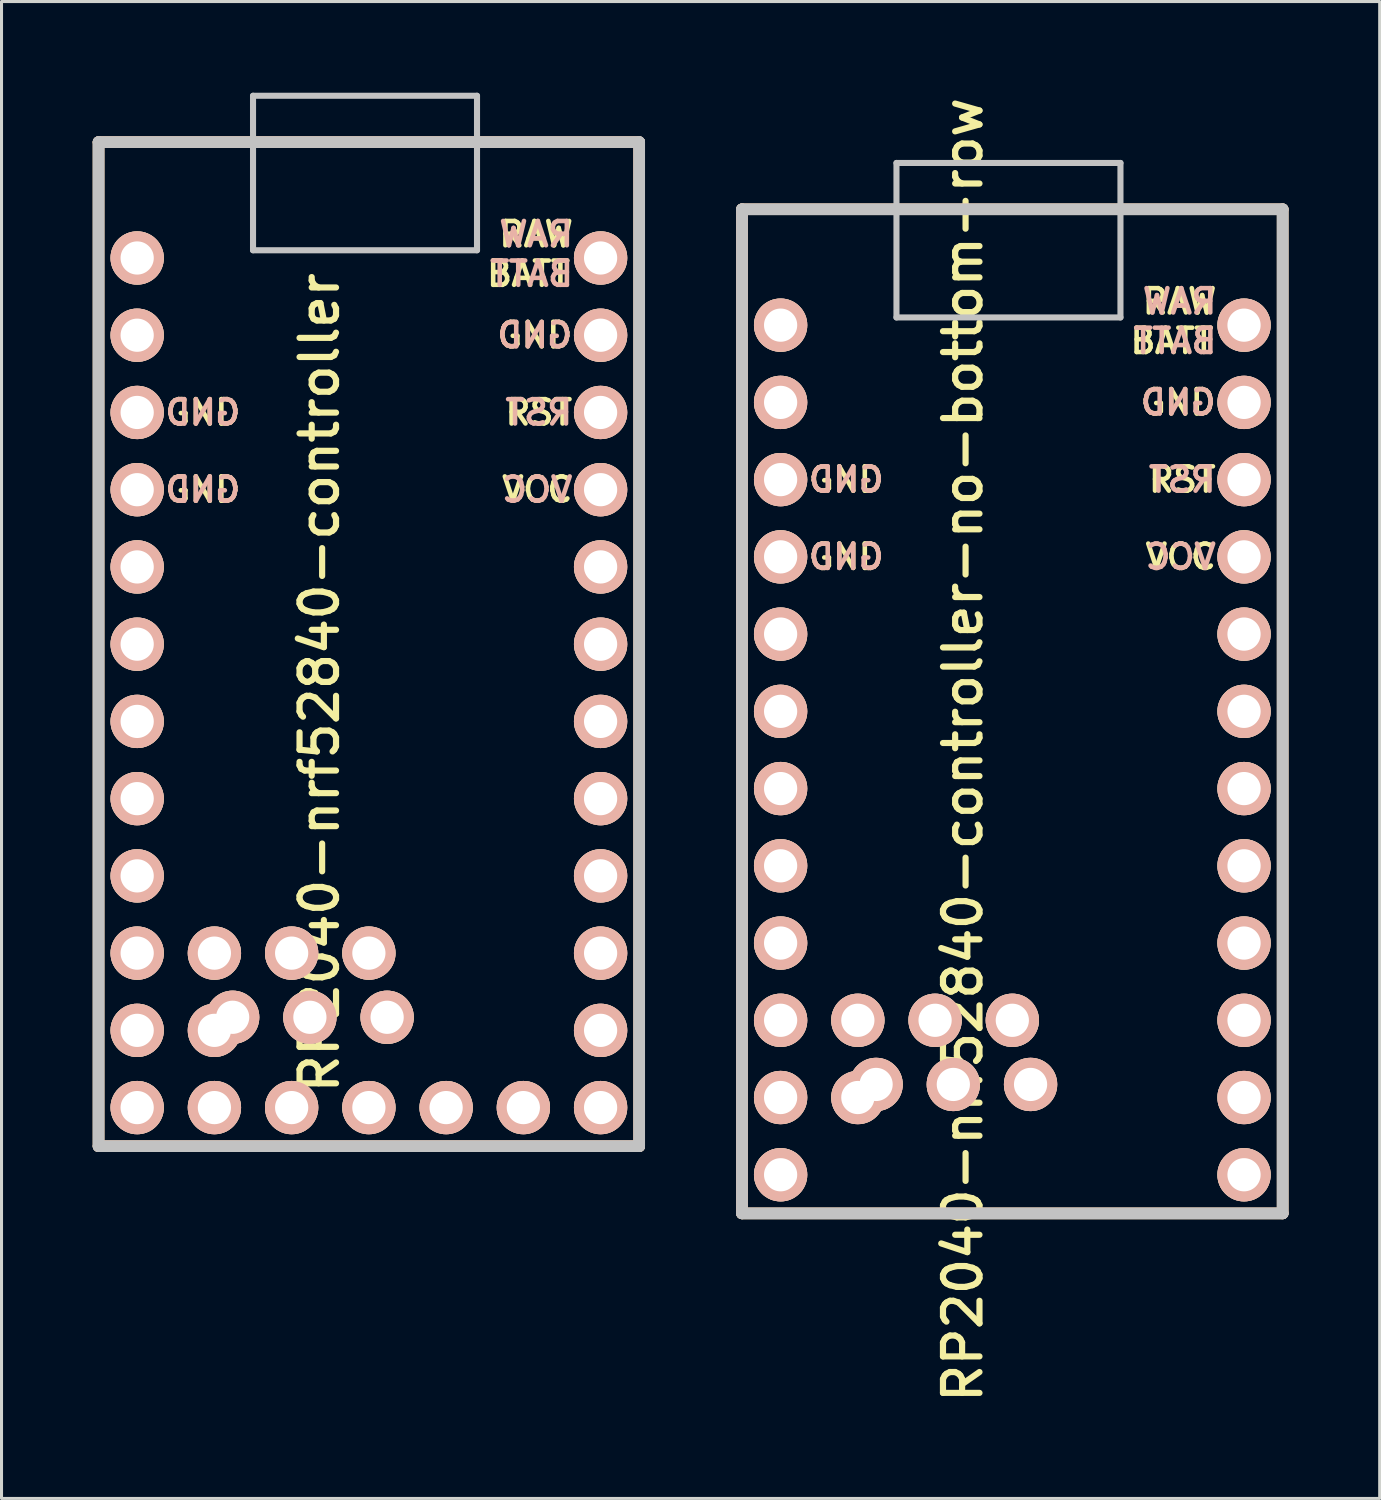
<source format=kicad_pcb>
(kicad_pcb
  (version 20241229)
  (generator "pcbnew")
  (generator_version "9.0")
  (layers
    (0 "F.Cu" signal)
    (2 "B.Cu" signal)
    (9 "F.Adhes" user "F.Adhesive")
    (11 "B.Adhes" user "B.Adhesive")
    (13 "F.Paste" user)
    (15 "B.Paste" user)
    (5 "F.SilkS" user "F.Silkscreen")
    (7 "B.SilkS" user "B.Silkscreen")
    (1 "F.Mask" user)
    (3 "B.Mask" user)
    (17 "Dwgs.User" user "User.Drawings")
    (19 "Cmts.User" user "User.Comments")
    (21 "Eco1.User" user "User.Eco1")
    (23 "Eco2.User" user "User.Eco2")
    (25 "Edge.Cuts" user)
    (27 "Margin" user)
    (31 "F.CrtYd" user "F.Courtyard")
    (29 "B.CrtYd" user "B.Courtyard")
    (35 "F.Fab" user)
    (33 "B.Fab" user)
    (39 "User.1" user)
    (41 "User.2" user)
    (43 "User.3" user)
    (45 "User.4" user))
  (footprint "RP2040-nrf52840-controller-no-bottom-row"
    (layer "F.Cu")
    (at 30.241 21.613)
    (property "Reference" "RP2040-nrf52840-controller-no-bottom-row" (at -1.625 0 270) (layer "F.SilkS") (effects (font (size 1.2 1.2) (thickness 0.203))))
    (attr through_hole)
    (fp_line (start -8.89 -17.78) (end -8.89 15.24) (stroke (width 0.381) (type solid)) (layer "F.SilkS"))
    (fp_line (start -8.89 15.24) (end 8.89 15.24) (stroke (width 0.381) (type solid)) (layer "F.SilkS"))
    (fp_line (start 8.89 -17.78) (end -8.89 -17.78) (stroke (width 0.381) (type solid)) (layer "F.SilkS"))
    (fp_line (start 8.89 15.24) (end 8.89 -17.78) (stroke (width 0.381) (type solid)) (layer "F.SilkS"))
    (fp_line (start -8.89 -17.78) (end -8.89 15.24) (stroke (width 0.381) (type solid)) (layer "B.SilkS"))
    (fp_line (start -8.89 15.24) (end 8.89 15.24) (stroke (width 0.381) (type solid)) (layer "B.SilkS"))
    (fp_line (start 8.89 -17.78) (end -8.89 -17.78) (stroke (width 0.381) (type solid)) (layer "B.SilkS"))
    (fp_line (start 8.89 15.24) (end 8.89 -17.78) (stroke (width 0.381) (type solid)) (layer "B.SilkS"))
    (fp_line (start -8.89 -17.78) (end -8.89 15.24) (stroke (width 0.381) (type solid)) (layer "Dwgs.User"))
    (fp_line (start -8.89 15.24) (end 8.89 15.24) (stroke (width 0.381) (type solid)) (layer "Dwgs.User"))
    (fp_line (start -3.81 -19.304) (end 3.556 -19.304) (stroke (width 0.2) (type solid)) (layer "Dwgs.User"))
    (fp_line (start -3.81 -14.224) (end -3.81 -19.304) (stroke (width 0.2) (type solid)) (layer "Dwgs.User"))
    (fp_line (start 3.556 -19.304) (end 3.556 -14.224) (stroke (width 0.2) (type solid)) (layer "Dwgs.User"))
    (fp_line (start 3.556 -14.224) (end -3.81 -14.224) (stroke (width 0.2) (type solid)) (layer "Dwgs.User"))
    (fp_line (start 8.89 -17.78) (end -8.89 -17.78) (stroke (width 0.381) (type solid)) (layer "Dwgs.User"))
    (fp_line (start 8.89 15.24) (end 8.89 -17.78) (stroke (width 0.381) (type solid)) (layer "Dwgs.User"))
    (fp_text user "RAW" (at 5.5 -14.75 0) (layer "F.SilkS") (effects (font (size 0.8 0.8) (thickness 0.15))))
    (fp_text user "RST" (at 5.588 -8.89 0) (layer "F.SilkS") (effects (font (size 0.8 0.8) (thickness 0.15))))
    (fp_text user "VCC" (at 5.537 -6.35 0) (layer "F.SilkS") (effects (font (size 0.8 0.8) (thickness 0.15))))
    (fp_text user "GND" (at 5.455 -11.43 0) (layer "F.SilkS") (effects (font (size 0.8 0.8) (thickness 0.15))))
    (fp_text user "GND" (at -5.461 -6.35 0) (layer "F.SilkS") (effects (font (size 0.8 0.8) (thickness 0.15))))
    (fp_text user "BATT" (at 5.25 -13.45 0) (layer "F.SilkS") (effects (font (size 0.8 0.8) (thickness 0.15))))
    (fp_text user "GND" (at -5.461 -8.89 0) (layer "F.SilkS") (effects (font (size 0.8 0.8) (thickness 0.15))))
    (fp_text user "VCC" (at 5.537 -6.35 0) (layer "B.SilkS") (effects (font (size 0.8 0.8) (thickness 0.15)) (justify mirror)))
    (fp_text user "GND" (at 5.455 -11.43 0) (layer "B.SilkS") (effects (font (size 0.8 0.8) (thickness 0.15)) (justify mirror)))
    (fp_text user "RST" (at 5.588 -8.89 0) (layer "B.SilkS") (effects (font (size 0.8 0.8) (thickness 0.15)) (justify mirror)))
    (fp_text user "RAW" (at 5.5 -14.75 0) (layer "B.SilkS") (effects (font (size 0.8 0.8) (thickness 0.15)) (justify mirror)))
    (fp_text user "GND" (at -5.461 -8.89 0) (layer "B.SilkS") (effects (font (size 0.8 0.8) (thickness 0.15)) (justify mirror)))
    (fp_text user "GND" (at -5.461 -6.35 0) (layer "B.SilkS") (effects (font (size 0.8 0.8) (thickness 0.15)) (justify mirror)))
    (fp_text user "BATT" (at 5.35 -13.45 0) (layer "B.SilkS") (effects (font (size 0.8 0.8) (thickness 0.15)) (justify mirror)))
    (pad "1" thru_hole circle (at -7.62 -13.97 270) (size 1.753 1.753) (drill 1.092) (layers "*.Cu" "*.SilkS" "*.Mask"))
    (pad "2" thru_hole circle (at -7.62 -11.43 270) (size 1.753 1.753) (drill 1.092) (layers "*.Cu" "*.SilkS" "*.Mask"))
    (pad "3" thru_hole circle (at -7.62 -8.89 270) (size 1.753 1.753) (drill 1.092) (layers "*.Cu" "*.SilkS" "*.Mask"))
    (pad "4" thru_hole circle (at -7.62 -6.35 270) (size 1.753 1.753) (drill 1.092) (layers "*.Cu" "*.SilkS" "*.Mask"))
    (pad "5" thru_hole circle (at -7.62 -3.81 270) (size 1.753 1.753) (drill 1.092) (layers "*.Cu" "*.SilkS" "*.Mask"))
    (pad "6" thru_hole circle (at -7.62 -1.27 270) (size 1.753 1.753) (drill 1.092) (layers "*.Cu" "*.SilkS" "*.Mask"))
    (pad "7" thru_hole circle (at -7.62 1.27 270) (size 1.753 1.753) (drill 1.092) (layers "*.Cu" "*.SilkS" "*.Mask"))
    (pad "8" thru_hole circle (at -7.62 3.81 270) (size 1.753 1.753) (drill 1.092) (layers "*.Cu" "*.SilkS" "*.Mask"))
    (pad "9" thru_hole circle (at -7.62 6.35 270) (size 1.753 1.753) (drill 1.092) (layers "*.Cu" "*.SilkS" "*.Mask"))
    (pad "10" thru_hole circle (at -7.62 8.89 270) (size 1.753 1.753) (drill 1.092) (layers "*.Cu" "*.SilkS" "*.Mask"))
    (pad "11" thru_hole circle (at -7.62 11.43 270) (size 1.753 1.753) (drill 1.092) (layers "*.Cu" "*.SilkS" "*.Mask"))
    (pad "12" thru_hole circle (at -7.62 13.97 270) (size 1.753 1.753) (drill 1.092) (layers "*.Cu" "*.SilkS" "*.Mask"))
    (pad "13" thru_hole circle (at 7.62 13.97 270) (size 1.753 1.753) (drill 1.092) (layers "*.Cu" "*.SilkS" "*.Mask"))
    (pad "14" thru_hole circle (at 7.62 11.43 270) (size 1.753 1.753) (drill 1.092) (layers "*.Cu" "*.SilkS" "*.Mask"))
    (pad "15" thru_hole circle (at 7.62 8.89 270) (size 1.753 1.753) (drill 1.092) (layers "*.Cu" "*.SilkS" "*.Mask"))
    (pad "16" thru_hole circle (at 7.62 6.35 270) (size 1.753 1.753) (drill 1.092) (layers "*.Cu" "*.SilkS" "*.Mask"))
    (pad "17" thru_hole circle (at 7.62 3.81 270) (size 1.753 1.753) (drill 1.092) (layers "*.Cu" "*.SilkS" "*.Mask"))
    (pad "18" thru_hole circle (at 7.62 1.27 270) (size 1.753 1.753) (drill 1.092) (layers "*.Cu" "*.SilkS" "*.Mask"))
    (pad "19" thru_hole circle (at 7.62 -1.27 270) (size 1.753 1.753) (drill 1.092) (layers "*.Cu" "*.SilkS" "*.Mask"))
    (pad "20" thru_hole circle (at 7.62 -3.81 270) (size 1.753 1.753) (drill 1.092) (layers "*.Cu" "*.SilkS" "*.Mask"))
    (pad "21" thru_hole circle (at 7.62 -6.35 270) (size 1.753 1.753) (drill 1.092) (layers "*.Cu" "*.SilkS" "*.Mask"))
    (pad "22" thru_hole circle (at 7.62 -8.89 270) (size 1.753 1.753) (drill 1.092) (layers "*.Cu" "*.SilkS" "*.Mask"))
    (pad "23" thru_hole circle (at 7.62 -11.43 270) (size 1.753 1.753) (drill 1.092) (layers "*.Cu" "*.SilkS" "*.Mask"))
    (pad "24" thru_hole circle (at 7.62 -13.97 270) (size 1.753 1.753) (drill 1.092) (layers "*.Cu" "*.SilkS" "*.Mask"))
    (pad "30" thru_hole circle (at -5.08 8.89 270) (size 1.753 1.753) (drill 1.092) (layers "*.Cu" "*.SilkS" "*.Mask"))
    (pad "30" thru_hole circle (at -5.08 11.43 270) (size 1.753 1.753) (drill 1.092) (layers "*.Cu" "*.SilkS" "*.Mask"))
    (pad "30" thru_hole circle (at -4.48 11 270) (size 1.753 1.753) (drill 1.092) (layers "*.Cu" "*.SilkS" "*.Mask"))
    (pad "31" thru_hole circle (at -2.54 8.89 270) (size 1.753 1.753) (drill 1.092) (layers "*.Cu" "*.SilkS" "*.Mask"))
    (pad "31" thru_hole circle (at -1.94 11 270) (size 1.753 1.753) (drill 1.092) (layers "*.Cu" "*.SilkS" "*.Mask"))
    (pad "32" thru_hole circle (at 0 8.89 270) (size 1.753 1.753) (drill 1.092) (layers "*.Cu" "*.SilkS" "*.Mask"))
    (pad "32" thru_hole circle (at 0.6 11 270) (size 1.753 1.753) (drill 1.092) (layers "*.Cu" "*.SilkS" "*.Mask")))
  (footprint "RP2040-nrf52840-controller"
    (layer "F.Cu")
    (at 9.081 19.404)
    (property "Reference" "RP2040-nrf52840-controller" (at -1.625 0 270) (layer "F.SilkS") (effects (font (size 1.2 1.2) (thickness 0.203))))
    (attr through_hole)
    (fp_line (start -8.89 -17.78) (end -8.89 15.24) (stroke (width 0.381) (type solid)) (layer "F.SilkS"))
    (fp_line (start -8.89 15.24) (end 8.89 15.24) (stroke (width 0.381) (type solid)) (layer "F.SilkS"))
    (fp_line (start 8.89 -17.78) (end -8.89 -17.78) (stroke (width 0.381) (type solid)) (layer "F.SilkS"))
    (fp_line (start 8.89 15.24) (end 8.89 -17.78) (stroke (width 0.381) (type solid)) (layer "F.SilkS"))
    (fp_line (start -8.89 -17.78) (end -8.89 15.24) (stroke (width 0.381) (type solid)) (layer "B.SilkS"))
    (fp_line (start -8.89 15.24) (end 8.89 15.24) (stroke (width 0.381) (type solid)) (layer "B.SilkS"))
    (fp_line (start 8.89 -17.78) (end -8.89 -17.78) (stroke (width 0.381) (type solid)) (layer "B.SilkS"))
    (fp_line (start 8.89 15.24) (end 8.89 -17.78) (stroke (width 0.381) (type solid)) (layer "B.SilkS"))
    (fp_line (start -8.89 -17.78) (end -8.89 15.24) (stroke (width 0.381) (type solid)) (layer "Dwgs.User"))
    (fp_line (start -8.89 15.24) (end 8.89 15.24) (stroke (width 0.381) (type solid)) (layer "Dwgs.User"))
    (fp_line (start -3.81 -19.304) (end 3.556 -19.304) (stroke (width 0.2) (type solid)) (layer "Dwgs.User"))
    (fp_line (start -3.81 -14.224) (end -3.81 -19.304) (stroke (width 0.2) (type solid)) (layer "Dwgs.User"))
    (fp_line (start 3.556 -19.304) (end 3.556 -14.224) (stroke (width 0.2) (type solid)) (layer "Dwgs.User"))
    (fp_line (start 3.556 -14.224) (end -3.81 -14.224) (stroke (width 0.2) (type solid)) (layer "Dwgs.User"))
    (fp_line (start 8.89 -17.78) (end -8.89 -17.78) (stroke (width 0.381) (type solid)) (layer "Dwgs.User"))
    (fp_line (start 8.89 15.24) (end 8.89 -17.78) (stroke (width 0.381) (type solid)) (layer "Dwgs.User"))
    (fp_text user "GND" (at -5.461 -6.35 0) (layer "F.SilkS") (effects (font (size 0.8 0.8) (thickness 0.15))))
    (fp_text user "GND" (at 5.455 -11.43 0) (layer "F.SilkS") (effects (font (size 0.8 0.8) (thickness 0.15))))
    (fp_text user "VCC" (at 5.537 -6.35 0) (layer "F.SilkS") (effects (font (size 0.8 0.8) (thickness 0.15))))
    (fp_text user "RAW" (at 5.5 -14.75 0) (layer "F.SilkS") (effects (font (size 0.8 0.8) (thickness 0.15))))
    (fp_text user "BATT" (at 5.25 -13.45 0) (layer "F.SilkS") (effects (font (size 0.8 0.8) (thickness 0.15))))
    (fp_text user "GND" (at -5.461 -8.89 0) (layer "F.SilkS") (effects (font (size 0.8 0.8) (thickness 0.15))))
    (fp_text user "RST" (at 5.588 -8.89 0) (layer "F.SilkS") (effects (font (size 0.8 0.8) (thickness 0.15))))
    (fp_text user "VCC" (at 5.537 -6.35 0) (layer "B.SilkS") (effects (font (size 0.8 0.8) (thickness 0.15)) (justify mirror)))
    (fp_text user "GND" (at -5.461 -6.35 0) (layer "B.SilkS") (effects (font (size 0.8 0.8) (thickness 0.15)) (justify mirror)))
    (fp_text user "GND" (at -5.461 -8.89 0) (layer "B.SilkS") (effects (font (size 0.8 0.8) (thickness 0.15)) (justify mirror)))
    (fp_text user "BATT" (at 5.35 -13.45 0) (layer "B.SilkS") (effects (font (size 0.8 0.8) (thickness 0.15)) (justify mirror)))
    (fp_text user "GND" (at 5.455 -11.43 0) (layer "B.SilkS") (effects (font (size 0.8 0.8) (thickness 0.15)) (justify mirror)))
    (fp_text user "RAW" (at 5.5 -14.75 0) (layer "B.SilkS") (effects (font (size 0.8 0.8) (thickness 0.15)) (justify mirror)))
    (fp_text user "RST" (at 5.588 -8.89 0) (layer "B.SilkS") (effects (font (size 0.8 0.8) (thickness 0.15)) (justify mirror)))
    (pad "1" thru_hole circle (at -7.62 -13.97 270) (size 1.753 1.753) (drill 1.092) (layers "*.Cu" "*.SilkS" "*.Mask"))
    (pad "2" thru_hole circle (at -7.62 -11.43 270) (size 1.753 1.753) (drill 1.092) (layers "*.Cu" "*.SilkS" "*.Mask"))
    (pad "3" thru_hole circle (at -7.62 -8.89 270) (size 1.753 1.753) (drill 1.092) (layers "*.Cu" "*.SilkS" "*.Mask"))
    (pad "4" thru_hole circle (at -7.62 -6.35 270) (size 1.753 1.753) (drill 1.092) (layers "*.Cu" "*.SilkS" "*.Mask"))
    (pad "5" thru_hole circle (at -7.62 -3.81 270) (size 1.753 1.753) (drill 1.092) (layers "*.Cu" "*.SilkS" "*.Mask"))
    (pad "6" thru_hole circle (at -7.62 -1.27 270) (size 1.753 1.753) (drill 1.092) (layers "*.Cu" "*.SilkS" "*.Mask"))
    (pad "7" thru_hole circle (at -7.62 1.27 270) (size 1.753 1.753) (drill 1.092) (layers "*.Cu" "*.SilkS" "*.Mask"))
    (pad "8" thru_hole circle (at -7.62 3.81 270) (size 1.753 1.753) (drill 1.092) (layers "*.Cu" "*.SilkS" "*.Mask"))
    (pad "9" thru_hole circle (at -7.62 6.35 270) (size 1.753 1.753) (drill 1.092) (layers "*.Cu" "*.SilkS" "*.Mask"))
    (pad "10" thru_hole circle (at -7.62 8.89 270) (size 1.753 1.753) (drill 1.092) (layers "*.Cu" "*.SilkS" "*.Mask"))
    (pad "11" thru_hole circle (at -7.62 11.43 270) (size 1.753 1.753) (drill 1.092) (layers "*.Cu" "*.SilkS" "*.Mask"))
    (pad "12" thru_hole circle (at -7.62 13.97 270) (size 1.753 1.753) (drill 1.092) (layers "*.Cu" "*.SilkS" "*.Mask"))
    (pad "13" thru_hole circle (at 7.62 13.97 270) (size 1.753 1.753) (drill 1.092) (layers "*.Cu" "*.SilkS" "*.Mask"))
    (pad "14" thru_hole circle (at 7.62 11.43 270) (size 1.753 1.753) (drill 1.092) (layers "*.Cu" "*.SilkS" "*.Mask"))
    (pad "15" thru_hole circle (at 7.62 8.89 270) (size 1.753 1.753) (drill 1.092) (layers "*.Cu" "*.SilkS" "*.Mask"))
    (pad "16" thru_hole circle (at 7.62 6.35 270) (size 1.753 1.753) (drill 1.092) (layers "*.Cu" "*.SilkS" "*.Mask"))
    (pad "17" thru_hole circle (at 7.62 3.81 270) (size 1.753 1.753) (drill 1.092) (layers "*.Cu" "*.SilkS" "*.Mask"))
    (pad "18" thru_hole circle (at 7.62 1.27 270) (size 1.753 1.753) (drill 1.092) (layers "*.Cu" "*.SilkS" "*.Mask"))
    (pad "19" thru_hole circle (at 7.62 -1.27 270) (size 1.753 1.753) (drill 1.092) (layers "*.Cu" "*.SilkS" "*.Mask"))
    (pad "20" thru_hole circle (at 7.62 -3.81 270) (size 1.753 1.753) (drill 1.092) (layers "*.Cu" "*.SilkS" "*.Mask"))
    (pad "21" thru_hole circle (at 7.62 -6.35 270) (size 1.753 1.753) (drill 1.092) (layers "*.Cu" "*.SilkS" "*.Mask"))
    (pad "22" thru_hole circle (at 7.62 -8.89 270) (size 1.753 1.753) (drill 1.092) (layers "*.Cu" "*.SilkS" "*.Mask"))
    (pad "23" thru_hole circle (at 7.62 -11.43 270) (size 1.753 1.753) (drill 1.092) (layers "*.Cu" "*.SilkS" "*.Mask"))
    (pad "24" thru_hole circle (at 7.62 -13.97 270) (size 1.753 1.753) (drill 1.092) (layers "*.Cu" "*.SilkS" "*.Mask"))
    (pad "25" thru_hole circle (at -5.08 13.97 270) (size 1.753 1.753) (drill 1.092) (layers "*.Cu" "*.SilkS" "*.Mask"))
    (pad "26" thru_hole circle (at -2.54 13.97 270) (size 1.753 1.753) (drill 1.092) (layers "*.Cu" "*.SilkS" "*.Mask"))
    (pad "27" thru_hole circle (at 0 13.97 270) (size 1.753 1.753) (drill 1.092) (layers "*.Cu" "*.SilkS" "*.Mask"))
    (pad "28" thru_hole circle (at 2.54 13.97 270) (size 1.753 1.753) (drill 1.092) (layers "*.Cu" "*.SilkS" "*.Mask"))
    (pad "29" thru_hole circle (at 5.08 13.97 270) (size 1.753 1.753) (drill 1.092) (layers "*.Cu" "*.SilkS" "*.Mask"))
    (pad "30" thru_hole circle (at -5.08 8.89 270) (size 1.753 1.753) (drill 1.092) (layers "*.Cu" "*.SilkS" "*.Mask"))
    (pad "30" thru_hole circle (at -5.08 11.43 270) (size 1.753 1.753) (drill 1.092) (layers "*.Cu" "*.SilkS" "*.Mask"))
    (pad "30" thru_hole circle (at -4.48 11 270) (size 1.753 1.753) (drill 1.092) (layers "*.Cu" "*.SilkS" "*.Mask"))
    (pad "31" thru_hole circle (at -2.54 8.89 270) (size 1.753 1.753) (drill 1.092) (layers "*.Cu" "*.SilkS" "*.Mask"))
    (pad "31" thru_hole circle (at -1.94 11 270) (size 1.753 1.753) (drill 1.092) (layers "*.Cu" "*.SilkS" "*.Mask"))
    (pad "32" thru_hole circle (at 0 8.89 270) (size 1.753 1.753) (drill 1.092) (layers "*.Cu" "*.SilkS" "*.Mask"))
    (pad "32" thru_hole circle (at 0.6 11 270) (size 1.753 1.753) (drill 1.092) (layers "*.Cu" "*.SilkS" "*.Mask")))
  (gr_rect
    (start -3 -3)
    (end 42.322 46.227)
    (stroke (width 0.1) (type default))
    (fill no)
    (layer "Edge.Cuts")))
</source>
